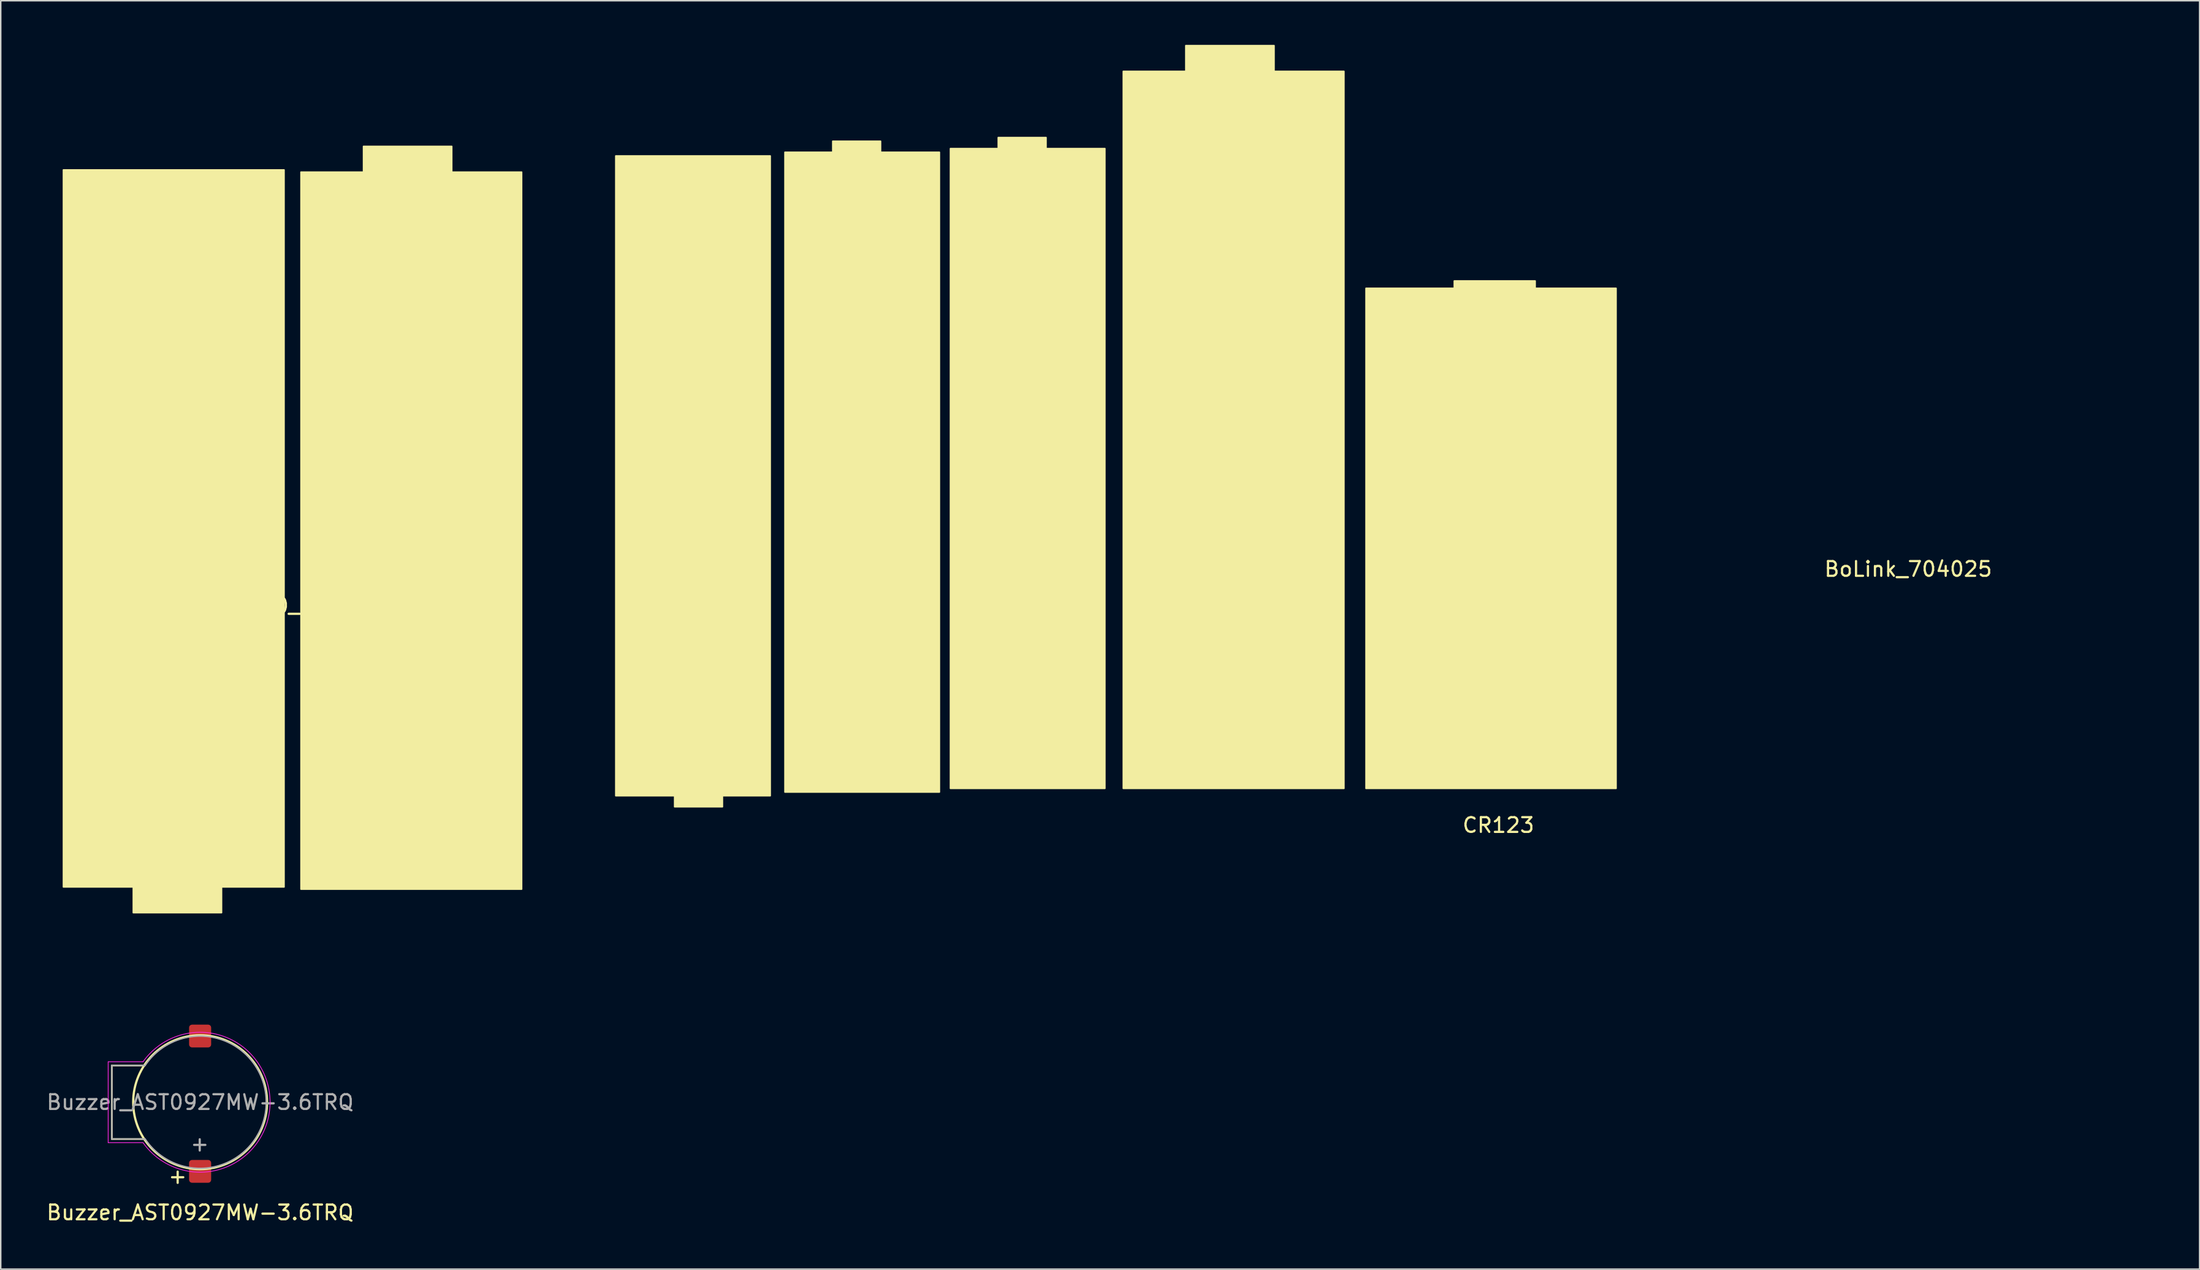
<source format=kicad_pcb>
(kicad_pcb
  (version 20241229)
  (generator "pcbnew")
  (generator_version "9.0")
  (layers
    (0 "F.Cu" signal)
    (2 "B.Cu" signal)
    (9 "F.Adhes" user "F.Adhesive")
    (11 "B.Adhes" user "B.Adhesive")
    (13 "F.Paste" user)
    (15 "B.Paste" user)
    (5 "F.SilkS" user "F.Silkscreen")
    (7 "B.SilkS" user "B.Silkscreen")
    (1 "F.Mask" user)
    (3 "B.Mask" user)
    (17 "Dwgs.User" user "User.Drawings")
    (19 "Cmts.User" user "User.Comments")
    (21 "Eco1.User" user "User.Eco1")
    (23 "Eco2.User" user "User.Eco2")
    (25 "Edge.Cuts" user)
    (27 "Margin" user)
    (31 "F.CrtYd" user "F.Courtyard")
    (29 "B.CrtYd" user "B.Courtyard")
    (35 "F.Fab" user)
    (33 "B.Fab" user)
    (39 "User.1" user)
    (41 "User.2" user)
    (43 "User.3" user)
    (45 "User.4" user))
  (footprint "Buzzer_AST0927MW-3.6TRQ"
    (layer "F.Cu")
    (at 10.554 71.885)
    (property "Reference" "Buzzer_AST0927MW-3.6TRQ" (at 0 7.5 0) (layer "F.SilkS") (effects (font (size 1 1) (thickness 0.15))))
    (attr through_hole)
    (fp_line (start -6 -2.5) (end -6 2.5) (stroke (width 0.12) (type solid)) (layer "F.SilkS"))
    (fp_line (start -6 2.5) (end -3.8 2.5) (stroke (width 0.12) (type solid)) (layer "F.SilkS"))
    (fp_line (start -3.8 -2.5) (end -6 -2.5) (stroke (width 0.12) (type solid)) (layer "F.SilkS"))
    (fp_circle (center 0 0) (end 4.55 0) (stroke (width 0.15) (type solid)) (fill no) (layer "F.SilkS"))
    (fp_line (start -6.25 -2.75) (end -3.88 -2.75) (stroke (width 0.05) (type solid)) (layer "F.CrtYd"))
    (fp_line (start -6.25 2.75) (end -6.25 -2.75) (stroke (width 0.05) (type solid)) (layer "F.CrtYd"))
    (fp_line (start -3.88 2.75) (end -6.25 2.75) (stroke (width 0.05) (type solid)) (layer "F.CrtYd"))
    (fp_arc (start -3.88 -2.75) (mid 4.755719 -0.006009) (end -3.873038 2.759797) (stroke (width 0.05) (type solid)) (layer "F.CrtYd"))
    (fp_line (start -6 -2.5) (end -3.74 -2.5) (stroke (width 0.1) (type solid)) (layer "F.Fab"))
    (fp_line (start -6 2.5) (end -6 -2.5) (stroke (width 0.1) (type solid)) (layer "F.Fab"))
    (fp_line (start -6 2.5) (end -3.74 2.5) (stroke (width 0.1) (type solid)) (layer "F.Fab"))
    (fp_arc (start -3.74 -2.5) (mid 4.498621 -0.003084) (end -3.736568 2.505126) (stroke (width 0.1) (type solid)) (layer "F.Fab"))
    (fp_text user "+" (at -1.6 5.1 90) (layer "F.SilkS") (effects (font (size 1 1) (thickness 0.15))))
    (fp_text user "${REFERENCE}" (at 0 0 180) (layer "F.Fab") (effects (font (size 1 1) (thickness 0.15))))
    (fp_text user "+" (at -0.1 2.9 90) (layer "F.Fab") (effects (font (size 1 1) (thickness 0.15))))
    (pad "1" smd roundrect (at 0 4.7 90) (size 1.55 1.5) (layers "F.Cu" "F.Mask" "F.Paste") (roundrect_rratio 0.133))
    (pad "2" smd roundrect (at 0 -4.5 90) (size 1.55 1.5) (layers "F.Cu" "F.Mask" "F.Paste") (roundrect_rratio 0.133)))
  (footprint "BoLink_704025"
    (layer "F.Cu")
    (at 126.67 30.56)
    (property "Reference" "BoLink_704025" (at 0 5.08 0) (layer "F.SilkS") (effects (font (size 1 1) (thickness 0.15))))
    (attr through_hole)
    (fp_line (start -16.75 -25.75) (end -14.75 -25.75) (stroke (width 0.12) (type solid)) (layer "Eco1.User"))
    (fp_line (start -16.75 0) (end -16.75 -25.75) (stroke (width 0.12) (type solid)) (layer "Eco1.User"))
    (fp_line (start -16.75 0) (end -16.75 25.75) (stroke (width 0.12) (type solid)) (layer "Eco1.User"))
    (fp_line (start -16.75 25.75) (end -14.75 25.75) (stroke (width 0.12) (type solid)) (layer "Eco1.User"))
    (fp_line (start -11.75 -30.5) (end -11.75 -28.75) (stroke (width 0.12) (type solid)) (layer "Eco1.User"))
    (fp_line (start -11.75 30.5) (end -11.75 28.75) (stroke (width 0.12) (type solid)) (layer "Eco1.User"))
    (fp_line (start 0 -30.5) (end -11.75 -30.5) (stroke (width 0.12) (type solid)) (layer "Eco1.User"))
    (fp_line (start 0 -30.5) (end 11.75 -30.5) (stroke (width 0.12) (type solid)) (layer "Eco1.User"))
    (fp_line (start 0 30.5) (end -11.75 30.5) (stroke (width 0.12) (type solid)) (layer "Eco1.User"))
    (fp_line (start 0 30.5) (end 11.75 30.5) (stroke (width 0.12) (type solid)) (layer "Eco1.User"))
    (fp_line (start 11.75 -30.5) (end 11.75 -28.35) (stroke (width 0.12) (type solid)) (layer "Eco1.User"))
    (fp_line (start 11.75 30.5) (end 11.75 28.75) (stroke (width 0.12) (type solid)) (layer "Eco1.User"))
    (fp_line (start 16.75 -25.75) (end 14.6 -25.75) (stroke (width 0.12) (type solid)) (layer "Eco1.User"))
    (fp_line (start 16.75 0) (end 16.75 -25.75) (stroke (width 0.12) (type solid)) (layer "Eco1.User"))
    (fp_line (start 16.75 0) (end 16.75 25.75) (stroke (width 0.12) (type solid)) (layer "Eco1.User"))
    (fp_line (start 16.75 25.75) (end 14.75 25.75) (stroke (width 0.12) (type solid)) (layer "Eco1.User"))
    (fp_arc (start -14.75 25.75) (mid -12.62868 26.62868) (end -11.75 28.75) (stroke (width 0.12) (type solid)) (layer "Eco1.User"))
    (fp_arc (start -11.75 -28.75) (mid -12.62868 -26.62868) (end -14.75 -25.75) (stroke (width 0.12) (type solid)) (layer "Eco1.User"))
    (fp_arc (start 11.75 28.75) (mid 12.62868 26.62868) (end 14.75 25.75) (stroke (width 0.12) (type solid)) (layer "Eco1.User"))
    (fp_arc (start 14.75 -25.75) (mid 12.62868 -26.62868) (end 11.75 -28.75) (stroke (width 0.12) (type solid)) (layer "Eco1.User"))
    (fp_circle (center -12.5 -20) (end -11.24 -20) (stroke (width 0.12) (type solid)) (fill no) (layer "Eco1.User"))
    (fp_circle (center 12.5 20) (end 13.76 20) (stroke (width 0.12) (type solid)) (fill no) (layer "Eco1.User"))
    (fp_poly (pts (xy -13.5 -23) (xy -16.5 -23) (xy -16.5 -25.5) (xy -13.5 -25.5)) (stroke (width 0.1) (type solid)) (fill no) (layer "Eco1.User"))
    (fp_poly (pts (xy -13.5 25.5) (xy -16.5 25.5) (xy -16.5 23) (xy -13.5 23)) (stroke (width 0.1) (type solid)) (fill no) (layer "Eco1.User"))
    (fp_poly (pts (xy 16.5 -23) (xy 13.5 -23) (xy 13.5 -25.5) (xy 16.5 -25.5)) (stroke (width 0.1) (type solid)) (fill no) (layer "Eco1.User"))
    (fp_poly (pts (xy 16.5 25.5) (xy 13.5 25.5) (xy 13.5 23) (xy 16.5 23)) (stroke (width 0.1) (type solid)) (fill no) (layer "Eco1.User")))
  (footprint "BoLink_704020_outline_battery"
    (layer "F.Cu")
    (at 16.81 33.05)
    (property "Reference" "BoLink_704020_outline_battery" (at 0 5.08 0) (layer "F.SilkS") (effects (font (size 1 1) (thickness 0.15))))
    (attr through_hole)
    (fp_poly (pts (xy -15.55 -24.55) (xy -0.55 -24.55) (xy -0.55 24.2) (xy -4.8 24.2) (xy -4.8 25.95) (xy -10.8 25.95) (xy -10.8 24.2) (xy -15.55 24.2)) (stroke (width 0.1) (type solid)) (fill yes) (layer "F.SilkS"))
    (fp_poly (pts (xy 15.6 24.35) (xy 0.6 24.35) (xy 0.6 -24.4) (xy 4.85 -24.4) (xy 4.85 -26.15) (xy 10.85 -26.15) (xy 10.85 -24.4) (xy 15.6 -24.4)) (stroke (width 0.1) (type solid)) (fill yes) (layer "F.SilkS"))
    (fp_poly (pts (xy 26 18) (xy 22 18) (xy 22 -25.5) (xy 32.5 -25.5) (xy 32.5 18) (xy 29.25 18) (xy 29.25 18.75) (xy 26 18.75)) (stroke (width 0.1) (type solid)) (fill yes) (layer "F.SilkS"))
    (fp_poly (pts (xy 40 -25.75) (xy 44 -25.75) (xy 44 17.75) (xy 33.5 17.75) (xy 33.5 -25.75) (xy 36.75 -25.75) (xy 36.75 -26.5) (xy 40 -26.5)) (stroke (width 0.1) (type solid)) (fill yes) (layer "F.SilkS"))
    (fp_poly (pts (xy 51.25 -26) (xy 55.25 -26) (xy 55.25 17.5) (xy 44.75 17.5) (xy 44.75 -26) (xy 48 -26) (xy 48 -26.75) (xy 51.25 -26.75)) (stroke (width 0.1) (type solid)) (fill yes) (layer "F.SilkS"))
    (fp_poly (pts (xy 71.5 17.5) (xy 56.5 17.5) (xy 56.5 -31.25) (xy 60.75 -31.25) (xy 60.75 -33) (xy 66.75 -33) (xy 66.75 -31.25) (xy 71.5 -31.25)) (stroke (width 0.1) (type solid)) (fill yes) (layer "F.SilkS"))
    (fp_poly (pts (xy 84.5 -16.5) (xy 90 -16.5) (xy 90 17.5) (xy 73 17.5) (xy 73 -16.5) (xy 79 -16.5) (xy 79 -17) (xy 84.5 -17)) (stroke (width 0.1) (type solid)) (fill yes) (layer "F.SilkS"))
    (fp_line (start -16.75 -25.75) (end -14.75 -25.75) (stroke (width 0.12) (type solid)) (layer "Eco1.User"))
    (fp_line (start -16.75 0) (end -16.75 -25.75) (stroke (width 0.12) (type solid)) (layer "Eco1.User"))
    (fp_line (start -16.75 0) (end -16.75 25.75) (stroke (width 0.12) (type solid)) (layer "Eco1.User"))
    (fp_line (start -16.75 25.75) (end -14.75 25.75) (stroke (width 0.12) (type solid)) (layer "Eco1.User"))
    (fp_line (start -11.75 -30.5) (end -11.75 -28.75) (stroke (width 0.12) (type solid)) (layer "Eco1.User"))
    (fp_line (start -11.75 30.5) (end -11.75 28.75) (stroke (width 0.12) (type solid)) (layer "Eco1.User"))
    (fp_line (start 0 -30.5) (end -11.75 -30.5) (stroke (width 0.12) (type solid)) (layer "Eco1.User"))
    (fp_line (start 0 -30.5) (end 11.75 -30.5) (stroke (width 0.12) (type solid)) (layer "Eco1.User"))
    (fp_line (start 0 30.5) (end -11.75 30.5) (stroke (width 0.12) (type solid)) (layer "Eco1.User"))
    (fp_line (start 0 30.5) (end 11.75 30.5) (stroke (width 0.12) (type solid)) (layer "Eco1.User"))
    (fp_line (start 11.75 -30.5) (end 11.75 -28.35) (stroke (width 0.12) (type solid)) (layer "Eco1.User"))
    (fp_line (start 11.75 30.5) (end 11.75 28.75) (stroke (width 0.12) (type solid)) (layer "Eco1.User"))
    (fp_line (start 16.75 -25.75) (end 14.6 -25.75) (stroke (width 0.12) (type solid)) (layer "Eco1.User"))
    (fp_line (start 16.75 0) (end 16.75 -25.75) (stroke (width 0.12) (type solid)) (layer "Eco1.User"))
    (fp_line (start 16.75 0) (end 16.75 25.75) (stroke (width 0.12) (type solid)) (layer "Eco1.User"))
    (fp_line (start 16.75 25.75) (end 14.75 25.75) (stroke (width 0.12) (type solid)) (layer "Eco1.User"))
    (fp_arc (start -14.75 25.75) (mid -12.62868 26.62868) (end -11.75 28.75) (stroke (width 0.12) (type solid)) (layer "Eco1.User"))
    (fp_arc (start -11.75 -28.75) (mid -12.62868 -26.62868) (end -14.75 -25.75) (stroke (width 0.12) (type solid)) (layer "Eco1.User"))
    (fp_arc (start 11.75 28.75) (mid 12.62868 26.62868) (end 14.75 25.75) (stroke (width 0.12) (type solid)) (layer "Eco1.User"))
    (fp_arc (start 14.75 -25.75) (mid 12.62868 -26.62868) (end 11.75 -28.75) (stroke (width 0.12) (type solid)) (layer "Eco1.User"))
    (fp_poly (pts (xy -13.5 -23) (xy -16.5 -23) (xy -16.5 -25.5) (xy -13.5 -25.5)) (stroke (width 0.1) (type solid)) (fill no) (layer "Eco1.User"))
    (fp_poly (pts (xy -13.5 25.5) (xy -16.5 25.5) (xy -16.5 23) (xy -13.5 23)) (stroke (width 0.1) (type solid)) (fill no) (layer "Eco1.User"))
    (fp_poly (pts (xy 16.5 -23) (xy 13.5 -23) (xy 13.5 -25.5) (xy 16.5 -25.5)) (stroke (width 0.1) (type solid)) (fill no) (layer "Eco1.User"))
    (fp_poly (pts (xy 16.5 25.5) (xy 13.5 25.5) (xy 13.5 23) (xy 16.5 23)) (stroke (width 0.1) (type solid)) (fill no) (layer "Eco1.User"))
    (fp_text user "CR123" (at 82 20 0) (layer "F.SilkS") (effects (font (size 1 1) (thickness 0.15)))))
  (gr_rect
    (start -3 -3)
    (end 146.48 83.233)
    (stroke (width 0.1) (type default))
    (fill no)
    (layer "Edge.Cuts")))
</source>
